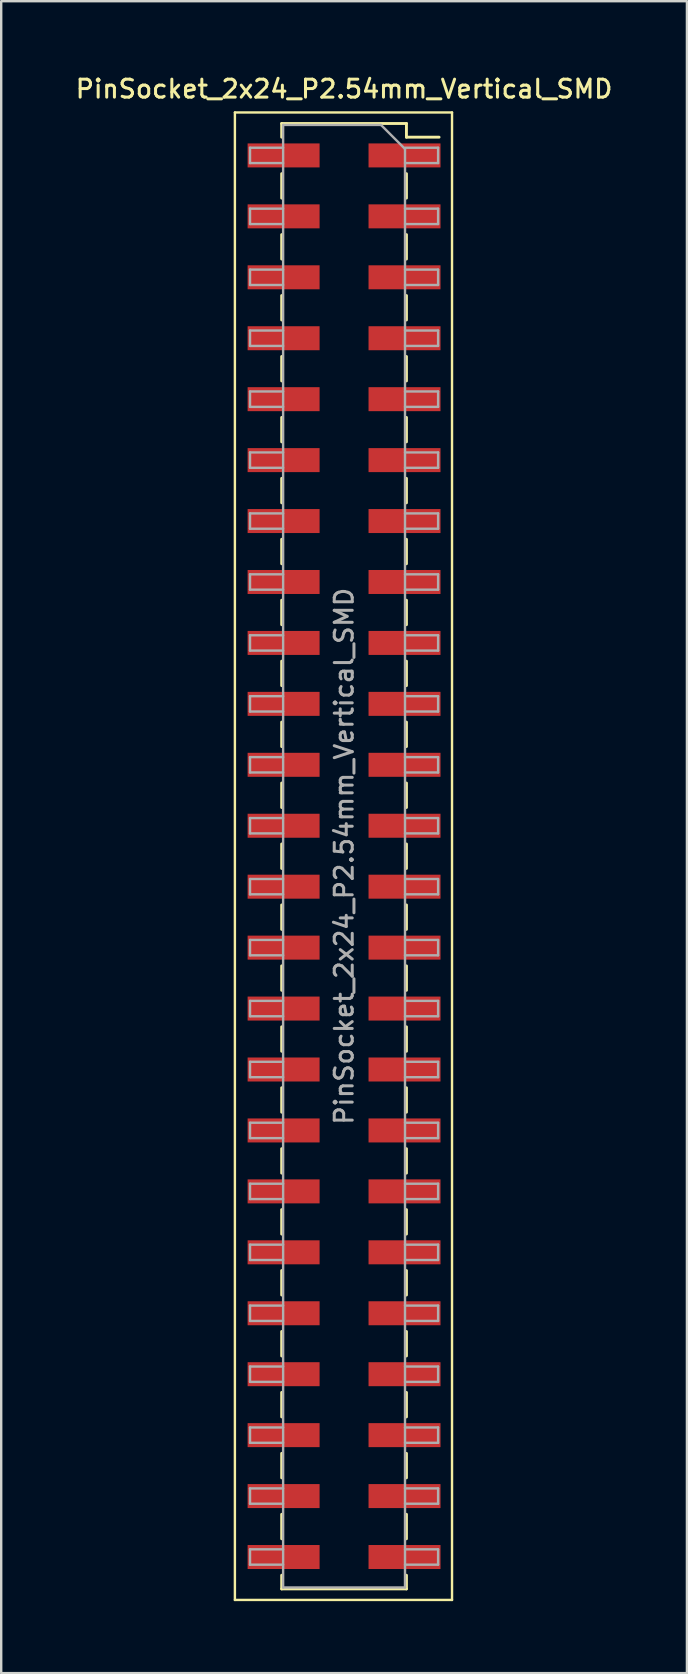
<source format=kicad_pcb>
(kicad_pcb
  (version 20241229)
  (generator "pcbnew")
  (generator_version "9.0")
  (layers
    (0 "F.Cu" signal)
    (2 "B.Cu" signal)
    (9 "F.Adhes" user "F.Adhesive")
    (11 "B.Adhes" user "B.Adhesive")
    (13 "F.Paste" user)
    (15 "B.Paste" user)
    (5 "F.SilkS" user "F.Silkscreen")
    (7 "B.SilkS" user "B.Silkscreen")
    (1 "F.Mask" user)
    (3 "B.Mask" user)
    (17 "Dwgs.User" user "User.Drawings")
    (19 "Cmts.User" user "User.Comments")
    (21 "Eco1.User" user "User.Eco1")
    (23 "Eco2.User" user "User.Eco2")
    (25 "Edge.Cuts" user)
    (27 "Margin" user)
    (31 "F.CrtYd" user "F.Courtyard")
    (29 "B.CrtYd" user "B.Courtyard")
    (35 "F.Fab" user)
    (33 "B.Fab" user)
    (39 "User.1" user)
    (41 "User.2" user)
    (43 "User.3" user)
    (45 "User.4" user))
  (footprint "PinSocket_2x24_P2.54mm_Vertical_SMD"
    (layer "F.Cu")
    (at 11.291 32.638)
    (property "Reference" "PinSocket_2x24_P2.54mm_Vertical_SMD" (at 0 -31.98 0) (layer "F.SilkS") (effects (font (size 0.75 0.75) (thickness 0.125))))
    (attr smd)
    (fp_line (start -4.55 -31) (end 4.5 -31) (stroke (width 0.1) (type solid)) (layer "F.SilkS"))
    (fp_line (start -4.55 31) (end -4.55 -31) (stroke (width 0.1) (type solid)) (layer "F.SilkS"))
    (fp_line (start -2.6 -30.54) (end -2.6 -29.97) (stroke (width 0.12) (type solid)) (layer "F.SilkS"))
    (fp_line (start -2.6 -30.54) (end 2.6 -30.54) (stroke (width 0.12) (type solid)) (layer "F.SilkS"))
    (fp_line (start -2.6 -28.45) (end -2.6 -27.43) (stroke (width 0.12) (type solid)) (layer "F.SilkS"))
    (fp_line (start -2.6 -25.91) (end -2.6 -24.89) (stroke (width 0.12) (type solid)) (layer "F.SilkS"))
    (fp_line (start -2.6 -23.37) (end -2.6 -22.35) (stroke (width 0.12) (type solid)) (layer "F.SilkS"))
    (fp_line (start -2.6 -20.83) (end -2.6 -19.81) (stroke (width 0.12) (type solid)) (layer "F.SilkS"))
    (fp_line (start -2.6 -18.29) (end -2.6 -17.27) (stroke (width 0.12) (type solid)) (layer "F.SilkS"))
    (fp_line (start -2.6 -15.75) (end -2.6 -14.73) (stroke (width 0.12) (type solid)) (layer "F.SilkS"))
    (fp_line (start -2.6 -13.21) (end -2.6 -12.19) (stroke (width 0.12) (type solid)) (layer "F.SilkS"))
    (fp_line (start -2.6 -10.67) (end -2.6 -9.65) (stroke (width 0.12) (type solid)) (layer "F.SilkS"))
    (fp_line (start -2.6 -8.13) (end -2.6 -7.11) (stroke (width 0.12) (type solid)) (layer "F.SilkS"))
    (fp_line (start -2.6 -5.59) (end -2.6 -4.57) (stroke (width 0.12) (type solid)) (layer "F.SilkS"))
    (fp_line (start -2.6 -3.05) (end -2.6 -2.03) (stroke (width 0.12) (type solid)) (layer "F.SilkS"))
    (fp_line (start -2.6 -0.51) (end -2.6 0.51) (stroke (width 0.12) (type solid)) (layer "F.SilkS"))
    (fp_line (start -2.6 2.03) (end -2.6 3.05) (stroke (width 0.12) (type solid)) (layer "F.SilkS"))
    (fp_line (start -2.6 4.57) (end -2.6 5.59) (stroke (width 0.12) (type solid)) (layer "F.SilkS"))
    (fp_line (start -2.6 7.11) (end -2.6 8.13) (stroke (width 0.12) (type solid)) (layer "F.SilkS"))
    (fp_line (start -2.6 9.65) (end -2.6 10.67) (stroke (width 0.12) (type solid)) (layer "F.SilkS"))
    (fp_line (start -2.6 12.19) (end -2.6 13.21) (stroke (width 0.12) (type solid)) (layer "F.SilkS"))
    (fp_line (start -2.6 14.73) (end -2.6 15.75) (stroke (width 0.12) (type solid)) (layer "F.SilkS"))
    (fp_line (start -2.6 17.27) (end -2.6 18.29) (stroke (width 0.12) (type solid)) (layer "F.SilkS"))
    (fp_line (start -2.6 19.81) (end -2.6 20.83) (stroke (width 0.12) (type solid)) (layer "F.SilkS"))
    (fp_line (start -2.6 22.35) (end -2.6 23.37) (stroke (width 0.12) (type solid)) (layer "F.SilkS"))
    (fp_line (start -2.6 24.89) (end -2.6 25.91) (stroke (width 0.12) (type solid)) (layer "F.SilkS"))
    (fp_line (start -2.6 27.43) (end -2.6 28.45) (stroke (width 0.12) (type solid)) (layer "F.SilkS"))
    (fp_line (start -2.6 29.97) (end -2.6 30.54) (stroke (width 0.12) (type solid)) (layer "F.SilkS"))
    (fp_line (start -2.6 30.54) (end 2.6 30.54) (stroke (width 0.12) (type solid)) (layer "F.SilkS"))
    (fp_line (start 2.6 -30.54) (end 2.6 -29.97) (stroke (width 0.12) (type solid)) (layer "F.SilkS"))
    (fp_line (start 2.6 -29.97) (end 3.96 -29.97) (stroke (width 0.12) (type solid)) (layer "F.SilkS"))
    (fp_line (start 2.6 -28.45) (end 2.6 -27.43) (stroke (width 0.12) (type solid)) (layer "F.SilkS"))
    (fp_line (start 2.6 -25.91) (end 2.6 -24.89) (stroke (width 0.12) (type solid)) (layer "F.SilkS"))
    (fp_line (start 2.6 -23.37) (end 2.6 -22.35) (stroke (width 0.12) (type solid)) (layer "F.SilkS"))
    (fp_line (start 2.6 -20.83) (end 2.6 -19.81) (stroke (width 0.12) (type solid)) (layer "F.SilkS"))
    (fp_line (start 2.6 -18.29) (end 2.6 -17.27) (stroke (width 0.12) (type solid)) (layer "F.SilkS"))
    (fp_line (start 2.6 -15.75) (end 2.6 -14.73) (stroke (width 0.12) (type solid)) (layer "F.SilkS"))
    (fp_line (start 2.6 -13.21) (end 2.6 -12.19) (stroke (width 0.12) (type solid)) (layer "F.SilkS"))
    (fp_line (start 2.6 -10.67) (end 2.6 -9.65) (stroke (width 0.12) (type solid)) (layer "F.SilkS"))
    (fp_line (start 2.6 -8.13) (end 2.6 -7.11) (stroke (width 0.12) (type solid)) (layer "F.SilkS"))
    (fp_line (start 2.6 -5.59) (end 2.6 -4.57) (stroke (width 0.12) (type solid)) (layer "F.SilkS"))
    (fp_line (start 2.6 -3.05) (end 2.6 -2.03) (stroke (width 0.12) (type solid)) (layer "F.SilkS"))
    (fp_line (start 2.6 -0.51) (end 2.6 0.51) (stroke (width 0.12) (type solid)) (layer "F.SilkS"))
    (fp_line (start 2.6 2.03) (end 2.6 3.05) (stroke (width 0.12) (type solid)) (layer "F.SilkS"))
    (fp_line (start 2.6 4.57) (end 2.6 5.59) (stroke (width 0.12) (type solid)) (layer "F.SilkS"))
    (fp_line (start 2.6 7.11) (end 2.6 8.13) (stroke (width 0.12) (type solid)) (layer "F.SilkS"))
    (fp_line (start 2.6 9.65) (end 2.6 10.67) (stroke (width 0.12) (type solid)) (layer "F.SilkS"))
    (fp_line (start 2.6 12.19) (end 2.6 13.21) (stroke (width 0.12) (type solid)) (layer "F.SilkS"))
    (fp_line (start 2.6 14.73) (end 2.6 15.75) (stroke (width 0.12) (type solid)) (layer "F.SilkS"))
    (fp_line (start 2.6 17.27) (end 2.6 18.29) (stroke (width 0.12) (type solid)) (layer "F.SilkS"))
    (fp_line (start 2.6 19.81) (end 2.6 20.83) (stroke (width 0.12) (type solid)) (layer "F.SilkS"))
    (fp_line (start 2.6 22.35) (end 2.6 23.37) (stroke (width 0.12) (type solid)) (layer "F.SilkS"))
    (fp_line (start 2.6 24.89) (end 2.6 25.91) (stroke (width 0.12) (type solid)) (layer "F.SilkS"))
    (fp_line (start 2.6 27.43) (end 2.6 28.45) (stroke (width 0.12) (type solid)) (layer "F.SilkS"))
    (fp_line (start 2.6 29.97) (end 2.6 30.54) (stroke (width 0.12) (type solid)) (layer "F.SilkS"))
    (fp_line (start 4.5 -31) (end 4.5 31) (stroke (width 0.1) (type solid)) (layer "F.SilkS"))
    (fp_line (start 4.5 31) (end -4.55 31) (stroke (width 0.1) (type solid)) (layer "F.SilkS"))
    (fp_line (start -3.92 -29.53) (end -2.54 -29.53) (stroke (width 0.1) (type solid)) (layer "F.Fab"))
    (fp_line (start -3.92 -28.89) (end -3.92 -29.53) (stroke (width 0.1) (type solid)) (layer "F.Fab"))
    (fp_line (start -3.92 -26.99) (end -2.54 -26.99) (stroke (width 0.1) (type solid)) (layer "F.Fab"))
    (fp_line (start -3.92 -26.35) (end -3.92 -26.99) (stroke (width 0.1) (type solid)) (layer "F.Fab"))
    (fp_line (start -3.92 -24.45) (end -2.54 -24.45) (stroke (width 0.1) (type solid)) (layer "F.Fab"))
    (fp_line (start -3.92 -23.81) (end -3.92 -24.45) (stroke (width 0.1) (type solid)) (layer "F.Fab"))
    (fp_line (start -3.92 -21.91) (end -2.54 -21.91) (stroke (width 0.1) (type solid)) (layer "F.Fab"))
    (fp_line (start -3.92 -21.27) (end -3.92 -21.91) (stroke (width 0.1) (type solid)) (layer "F.Fab"))
    (fp_line (start -3.92 -19.37) (end -2.54 -19.37) (stroke (width 0.1) (type solid)) (layer "F.Fab"))
    (fp_line (start -3.92 -18.73) (end -3.92 -19.37) (stroke (width 0.1) (type solid)) (layer "F.Fab"))
    (fp_line (start -3.92 -16.83) (end -2.54 -16.83) (stroke (width 0.1) (type solid)) (layer "F.Fab"))
    (fp_line (start -3.92 -16.19) (end -3.92 -16.83) (stroke (width 0.1) (type solid)) (layer "F.Fab"))
    (fp_line (start -3.92 -14.29) (end -2.54 -14.29) (stroke (width 0.1) (type solid)) (layer "F.Fab"))
    (fp_line (start -3.92 -13.65) (end -3.92 -14.29) (stroke (width 0.1) (type solid)) (layer "F.Fab"))
    (fp_line (start -3.92 -11.75) (end -2.54 -11.75) (stroke (width 0.1) (type solid)) (layer "F.Fab"))
    (fp_line (start -3.92 -11.11) (end -3.92 -11.75) (stroke (width 0.1) (type solid)) (layer "F.Fab"))
    (fp_line (start -3.92 -9.21) (end -2.54 -9.21) (stroke (width 0.1) (type solid)) (layer "F.Fab"))
    (fp_line (start -3.92 -8.57) (end -3.92 -9.21) (stroke (width 0.1) (type solid)) (layer "F.Fab"))
    (fp_line (start -3.92 -6.67) (end -2.54 -6.67) (stroke (width 0.1) (type solid)) (layer "F.Fab"))
    (fp_line (start -3.92 -6.03) (end -3.92 -6.67) (stroke (width 0.1) (type solid)) (layer "F.Fab"))
    (fp_line (start -3.92 -4.13) (end -2.54 -4.13) (stroke (width 0.1) (type solid)) (layer "F.Fab"))
    (fp_line (start -3.92 -3.49) (end -3.92 -4.13) (stroke (width 0.1) (type solid)) (layer "F.Fab"))
    (fp_line (start -3.92 -1.59) (end -2.54 -1.59) (stroke (width 0.1) (type solid)) (layer "F.Fab"))
    (fp_line (start -3.92 -0.95) (end -3.92 -1.59) (stroke (width 0.1) (type solid)) (layer "F.Fab"))
    (fp_line (start -3.92 0.95) (end -2.54 0.95) (stroke (width 0.1) (type solid)) (layer "F.Fab"))
    (fp_line (start -3.92 1.59) (end -3.92 0.95) (stroke (width 0.1) (type solid)) (layer "F.Fab"))
    (fp_line (start -3.92 3.49) (end -2.54 3.49) (stroke (width 0.1) (type solid)) (layer "F.Fab"))
    (fp_line (start -3.92 4.13) (end -3.92 3.49) (stroke (width 0.1) (type solid)) (layer "F.Fab"))
    (fp_line (start -3.92 6.03) (end -2.54 6.03) (stroke (width 0.1) (type solid)) (layer "F.Fab"))
    (fp_line (start -3.92 6.67) (end -3.92 6.03) (stroke (width 0.1) (type solid)) (layer "F.Fab"))
    (fp_line (start -3.92 8.57) (end -2.54 8.57) (stroke (width 0.1) (type solid)) (layer "F.Fab"))
    (fp_line (start -3.92 9.21) (end -3.92 8.57) (stroke (width 0.1) (type solid)) (layer "F.Fab"))
    (fp_line (start -3.92 11.11) (end -2.54 11.11) (stroke (width 0.1) (type solid)) (layer "F.Fab"))
    (fp_line (start -3.92 11.75) (end -3.92 11.11) (stroke (width 0.1) (type solid)) (layer "F.Fab"))
    (fp_line (start -3.92 13.65) (end -2.54 13.65) (stroke (width 0.1) (type solid)) (layer "F.Fab"))
    (fp_line (start -3.92 14.29) (end -3.92 13.65) (stroke (width 0.1) (type solid)) (layer "F.Fab"))
    (fp_line (start -3.92 16.19) (end -2.54 16.19) (stroke (width 0.1) (type solid)) (layer "F.Fab"))
    (fp_line (start -3.92 16.83) (end -3.92 16.19) (stroke (width 0.1) (type solid)) (layer "F.Fab"))
    (fp_line (start -3.92 18.73) (end -2.54 18.73) (stroke (width 0.1) (type solid)) (layer "F.Fab"))
    (fp_line (start -3.92 19.37) (end -3.92 18.73) (stroke (width 0.1) (type solid)) (layer "F.Fab"))
    (fp_line (start -3.92 21.27) (end -2.54 21.27) (stroke (width 0.1) (type solid)) (layer "F.Fab"))
    (fp_line (start -3.92 21.91) (end -3.92 21.27) (stroke (width 0.1) (type solid)) (layer "F.Fab"))
    (fp_line (start -3.92 23.81) (end -2.54 23.81) (stroke (width 0.1) (type solid)) (layer "F.Fab"))
    (fp_line (start -3.92 24.45) (end -3.92 23.81) (stroke (width 0.1) (type solid)) (layer "F.Fab"))
    (fp_line (start -3.92 26.35) (end -2.54 26.35) (stroke (width 0.1) (type solid)) (layer "F.Fab"))
    (fp_line (start -3.92 26.99) (end -3.92 26.35) (stroke (width 0.1) (type solid)) (layer "F.Fab"))
    (fp_line (start -3.92 28.89) (end -2.54 28.89) (stroke (width 0.1) (type solid)) (layer "F.Fab"))
    (fp_line (start -3.92 29.53) (end -3.92 28.89) (stroke (width 0.1) (type solid)) (layer "F.Fab"))
    (fp_line (start -2.54 -30.48) (end 1.54 -30.48) (stroke (width 0.1) (type solid)) (layer "F.Fab"))
    (fp_line (start -2.54 -28.89) (end -3.92 -28.89) (stroke (width 0.1) (type solid)) (layer "F.Fab"))
    (fp_line (start -2.54 -26.35) (end -3.92 -26.35) (stroke (width 0.1) (type solid)) (layer "F.Fab"))
    (fp_line (start -2.54 -23.81) (end -3.92 -23.81) (stroke (width 0.1) (type solid)) (layer "F.Fab"))
    (fp_line (start -2.54 -21.27) (end -3.92 -21.27) (stroke (width 0.1) (type solid)) (layer "F.Fab"))
    (fp_line (start -2.54 -18.73) (end -3.92 -18.73) (stroke (width 0.1) (type solid)) (layer "F.Fab"))
    (fp_line (start -2.54 -16.19) (end -3.92 -16.19) (stroke (width 0.1) (type solid)) (layer "F.Fab"))
    (fp_line (start -2.54 -13.65) (end -3.92 -13.65) (stroke (width 0.1) (type solid)) (layer "F.Fab"))
    (fp_line (start -2.54 -11.11) (end -3.92 -11.11) (stroke (width 0.1) (type solid)) (layer "F.Fab"))
    (fp_line (start -2.54 -8.57) (end -3.92 -8.57) (stroke (width 0.1) (type solid)) (layer "F.Fab"))
    (fp_line (start -2.54 -6.03) (end -3.92 -6.03) (stroke (width 0.1) (type solid)) (layer "F.Fab"))
    (fp_line (start -2.54 -3.49) (end -3.92 -3.49) (stroke (width 0.1) (type solid)) (layer "F.Fab"))
    (fp_line (start -2.54 -0.95) (end -3.92 -0.95) (stroke (width 0.1) (type solid)) (layer "F.Fab"))
    (fp_line (start -2.54 1.59) (end -3.92 1.59) (stroke (width 0.1) (type solid)) (layer "F.Fab"))
    (fp_line (start -2.54 4.13) (end -3.92 4.13) (stroke (width 0.1) (type solid)) (layer "F.Fab"))
    (fp_line (start -2.54 6.67) (end -3.92 6.67) (stroke (width 0.1) (type solid)) (layer "F.Fab"))
    (fp_line (start -2.54 9.21) (end -3.92 9.21) (stroke (width 0.1) (type solid)) (layer "F.Fab"))
    (fp_line (start -2.54 11.75) (end -3.92 11.75) (stroke (width 0.1) (type solid)) (layer "F.Fab"))
    (fp_line (start -2.54 14.29) (end -3.92 14.29) (stroke (width 0.1) (type solid)) (layer "F.Fab"))
    (fp_line (start -2.54 16.83) (end -3.92 16.83) (stroke (width 0.1) (type solid)) (layer "F.Fab"))
    (fp_line (start -2.54 19.37) (end -3.92 19.37) (stroke (width 0.1) (type solid)) (layer "F.Fab"))
    (fp_line (start -2.54 21.91) (end -3.92 21.91) (stroke (width 0.1) (type solid)) (layer "F.Fab"))
    (fp_line (start -2.54 24.45) (end -3.92 24.45) (stroke (width 0.1) (type solid)) (layer "F.Fab"))
    (fp_line (start -2.54 26.99) (end -3.92 26.99) (stroke (width 0.1) (type solid)) (layer "F.Fab"))
    (fp_line (start -2.54 29.53) (end -3.92 29.53) (stroke (width 0.1) (type solid)) (layer "F.Fab"))
    (fp_line (start -2.54 30.48) (end -2.54 -30.48) (stroke (width 0.1) (type solid)) (layer "F.Fab"))
    (fp_line (start 1.54 -30.48) (end 2.54 -29.48) (stroke (width 0.1) (type solid)) (layer "F.Fab"))
    (fp_line (start 2.54 -29.53) (end 3.92 -29.53) (stroke (width 0.1) (type solid)) (layer "F.Fab"))
    (fp_line (start 2.54 -29.48) (end 2.54 30.48) (stroke (width 0.1) (type solid)) (layer "F.Fab"))
    (fp_line (start 2.54 -26.99) (end 3.92 -26.99) (stroke (width 0.1) (type solid)) (layer "F.Fab"))
    (fp_line (start 2.54 -24.45) (end 3.92 -24.45) (stroke (width 0.1) (type solid)) (layer "F.Fab"))
    (fp_line (start 2.54 -21.91) (end 3.92 -21.91) (stroke (width 0.1) (type solid)) (layer "F.Fab"))
    (fp_line (start 2.54 -19.37) (end 3.92 -19.37) (stroke (width 0.1) (type solid)) (layer "F.Fab"))
    (fp_line (start 2.54 -16.83) (end 3.92 -16.83) (stroke (width 0.1) (type solid)) (layer "F.Fab"))
    (fp_line (start 2.54 -14.29) (end 3.92 -14.29) (stroke (width 0.1) (type solid)) (layer "F.Fab"))
    (fp_line (start 2.54 -11.75) (end 3.92 -11.75) (stroke (width 0.1) (type solid)) (layer "F.Fab"))
    (fp_line (start 2.54 -9.21) (end 3.92 -9.21) (stroke (width 0.1) (type solid)) (layer "F.Fab"))
    (fp_line (start 2.54 -6.67) (end 3.92 -6.67) (stroke (width 0.1) (type solid)) (layer "F.Fab"))
    (fp_line (start 2.54 -4.13) (end 3.92 -4.13) (stroke (width 0.1) (type solid)) (layer "F.Fab"))
    (fp_line (start 2.54 -1.59) (end 3.92 -1.59) (stroke (width 0.1) (type solid)) (layer "F.Fab"))
    (fp_line (start 2.54 0.95) (end 3.92 0.95) (stroke (width 0.1) (type solid)) (layer "F.Fab"))
    (fp_line (start 2.54 3.49) (end 3.92 3.49) (stroke (width 0.1) (type solid)) (layer "F.Fab"))
    (fp_line (start 2.54 6.03) (end 3.92 6.03) (stroke (width 0.1) (type solid)) (layer "F.Fab"))
    (fp_line (start 2.54 8.57) (end 3.92 8.57) (stroke (width 0.1) (type solid)) (layer "F.Fab"))
    (fp_line (start 2.54 11.11) (end 3.92 11.11) (stroke (width 0.1) (type solid)) (layer "F.Fab"))
    (fp_line (start 2.54 13.65) (end 3.92 13.65) (stroke (width 0.1) (type solid)) (layer "F.Fab"))
    (fp_line (start 2.54 16.19) (end 3.92 16.19) (stroke (width 0.1) (type solid)) (layer "F.Fab"))
    (fp_line (start 2.54 18.73) (end 3.92 18.73) (stroke (width 0.1) (type solid)) (layer "F.Fab"))
    (fp_line (start 2.54 21.27) (end 3.92 21.27) (stroke (width 0.1) (type solid)) (layer "F.Fab"))
    (fp_line (start 2.54 23.81) (end 3.92 23.81) (stroke (width 0.1) (type solid)) (layer "F.Fab"))
    (fp_line (start 2.54 26.35) (end 3.92 26.35) (stroke (width 0.1) (type solid)) (layer "F.Fab"))
    (fp_line (start 2.54 28.89) (end 3.92 28.89) (stroke (width 0.1) (type solid)) (layer "F.Fab"))
    (fp_line (start 2.54 30.48) (end -2.54 30.48) (stroke (width 0.1) (type solid)) (layer "F.Fab"))
    (fp_line (start 3.92 -29.53) (end 3.92 -28.89) (stroke (width 0.1) (type solid)) (layer "F.Fab"))
    (fp_line (start 3.92 -28.89) (end 2.54 -28.89) (stroke (width 0.1) (type solid)) (layer "F.Fab"))
    (fp_line (start 3.92 -26.99) (end 3.92 -26.35) (stroke (width 0.1) (type solid)) (layer "F.Fab"))
    (fp_line (start 3.92 -26.35) (end 2.54 -26.35) (stroke (width 0.1) (type solid)) (layer "F.Fab"))
    (fp_line (start 3.92 -24.45) (end 3.92 -23.81) (stroke (width 0.1) (type solid)) (layer "F.Fab"))
    (fp_line (start 3.92 -23.81) (end 2.54 -23.81) (stroke (width 0.1) (type solid)) (layer "F.Fab"))
    (fp_line (start 3.92 -21.91) (end 3.92 -21.27) (stroke (width 0.1) (type solid)) (layer "F.Fab"))
    (fp_line (start 3.92 -21.27) (end 2.54 -21.27) (stroke (width 0.1) (type solid)) (layer "F.Fab"))
    (fp_line (start 3.92 -19.37) (end 3.92 -18.73) (stroke (width 0.1) (type solid)) (layer "F.Fab"))
    (fp_line (start 3.92 -18.73) (end 2.54 -18.73) (stroke (width 0.1) (type solid)) (layer "F.Fab"))
    (fp_line (start 3.92 -16.83) (end 3.92 -16.19) (stroke (width 0.1) (type solid)) (layer "F.Fab"))
    (fp_line (start 3.92 -16.19) (end 2.54 -16.19) (stroke (width 0.1) (type solid)) (layer "F.Fab"))
    (fp_line (start 3.92 -14.29) (end 3.92 -13.65) (stroke (width 0.1) (type solid)) (layer "F.Fab"))
    (fp_line (start 3.92 -13.65) (end 2.54 -13.65) (stroke (width 0.1) (type solid)) (layer "F.Fab"))
    (fp_line (start 3.92 -11.75) (end 3.92 -11.11) (stroke (width 0.1) (type solid)) (layer "F.Fab"))
    (fp_line (start 3.92 -11.11) (end 2.54 -11.11) (stroke (width 0.1) (type solid)) (layer "F.Fab"))
    (fp_line (start 3.92 -9.21) (end 3.92 -8.57) (stroke (width 0.1) (type solid)) (layer "F.Fab"))
    (fp_line (start 3.92 -8.57) (end 2.54 -8.57) (stroke (width 0.1) (type solid)) (layer "F.Fab"))
    (fp_line (start 3.92 -6.67) (end 3.92 -6.03) (stroke (width 0.1) (type solid)) (layer "F.Fab"))
    (fp_line (start 3.92 -6.03) (end 2.54 -6.03) (stroke (width 0.1) (type solid)) (layer "F.Fab"))
    (fp_line (start 3.92 -4.13) (end 3.92 -3.49) (stroke (width 0.1) (type solid)) (layer "F.Fab"))
    (fp_line (start 3.92 -3.49) (end 2.54 -3.49) (stroke (width 0.1) (type solid)) (layer "F.Fab"))
    (fp_line (start 3.92 -1.59) (end 3.92 -0.95) (stroke (width 0.1) (type solid)) (layer "F.Fab"))
    (fp_line (start 3.92 -0.95) (end 2.54 -0.95) (stroke (width 0.1) (type solid)) (layer "F.Fab"))
    (fp_line (start 3.92 0.95) (end 3.92 1.59) (stroke (width 0.1) (type solid)) (layer "F.Fab"))
    (fp_line (start 3.92 1.59) (end 2.54 1.59) (stroke (width 0.1) (type solid)) (layer "F.Fab"))
    (fp_line (start 3.92 3.49) (end 3.92 4.13) (stroke (width 0.1) (type solid)) (layer "F.Fab"))
    (fp_line (start 3.92 4.13) (end 2.54 4.13) (stroke (width 0.1) (type solid)) (layer "F.Fab"))
    (fp_line (start 3.92 6.03) (end 3.92 6.67) (stroke (width 0.1) (type solid)) (layer "F.Fab"))
    (fp_line (start 3.92 6.67) (end 2.54 6.67) (stroke (width 0.1) (type solid)) (layer "F.Fab"))
    (fp_line (start 3.92 8.57) (end 3.92 9.21) (stroke (width 0.1) (type solid)) (layer "F.Fab"))
    (fp_line (start 3.92 9.21) (end 2.54 9.21) (stroke (width 0.1) (type solid)) (layer "F.Fab"))
    (fp_line (start 3.92 11.11) (end 3.92 11.75) (stroke (width 0.1) (type solid)) (layer "F.Fab"))
    (fp_line (start 3.92 11.75) (end 2.54 11.75) (stroke (width 0.1) (type solid)) (layer "F.Fab"))
    (fp_line (start 3.92 13.65) (end 3.92 14.29) (stroke (width 0.1) (type solid)) (layer "F.Fab"))
    (fp_line (start 3.92 14.29) (end 2.54 14.29) (stroke (width 0.1) (type solid)) (layer "F.Fab"))
    (fp_line (start 3.92 16.19) (end 3.92 16.83) (stroke (width 0.1) (type solid)) (layer "F.Fab"))
    (fp_line (start 3.92 16.83) (end 2.54 16.83) (stroke (width 0.1) (type solid)) (layer "F.Fab"))
    (fp_line (start 3.92 18.73) (end 3.92 19.37) (stroke (width 0.1) (type solid)) (layer "F.Fab"))
    (fp_line (start 3.92 19.37) (end 2.54 19.37) (stroke (width 0.1) (type solid)) (layer "F.Fab"))
    (fp_line (start 3.92 21.27) (end 3.92 21.91) (stroke (width 0.1) (type solid)) (layer "F.Fab"))
    (fp_line (start 3.92 21.91) (end 2.54 21.91) (stroke (width 0.1) (type solid)) (layer "F.Fab"))
    (fp_line (start 3.92 23.81) (end 3.92 24.45) (stroke (width 0.1) (type solid)) (layer "F.Fab"))
    (fp_line (start 3.92 24.45) (end 2.54 24.45) (stroke (width 0.1) (type solid)) (layer "F.Fab"))
    (fp_line (start 3.92 26.35) (end 3.92 26.99) (stroke (width 0.1) (type solid)) (layer "F.Fab"))
    (fp_line (start 3.92 26.99) (end 2.54 26.99) (stroke (width 0.1) (type solid)) (layer "F.Fab"))
    (fp_line (start 3.92 28.89) (end 3.92 29.53) (stroke (width 0.1) (type solid)) (layer "F.Fab"))
    (fp_line (start 3.92 29.53) (end 2.54 29.53) (stroke (width 0.1) (type solid)) (layer "F.Fab"))
    (fp_text user "${REFERENCE}" (at 0 0 90) (layer "F.Fab") (effects (font (size 0.75 0.75) (thickness 0.125))))
    (pad "1" smd rect (at 2.52 -29.21) (size 3 1) (layers "F.Cu" "F.Mask" "F.Paste"))
    (pad "2" smd rect (at -2.52 -29.21) (size 3 1) (layers "F.Cu" "F.Mask" "F.Paste"))
    (pad "3" smd rect (at 2.52 -26.67) (size 3 1) (layers "F.Cu" "F.Mask" "F.Paste"))
    (pad "4" smd rect (at -2.52 -26.67) (size 3 1) (layers "F.Cu" "F.Mask" "F.Paste"))
    (pad "5" smd rect (at 2.52 -24.13) (size 3 1) (layers "F.Cu" "F.Mask" "F.Paste"))
    (pad "6" smd rect (at -2.52 -24.13) (size 3 1) (layers "F.Cu" "F.Mask" "F.Paste"))
    (pad "7" smd rect (at 2.52 -21.59) (size 3 1) (layers "F.Cu" "F.Mask" "F.Paste"))
    (pad "8" smd rect (at -2.52 -21.59) (size 3 1) (layers "F.Cu" "F.Mask" "F.Paste"))
    (pad "9" smd rect (at 2.52 -19.05) (size 3 1) (layers "F.Cu" "F.Mask" "F.Paste"))
    (pad "10" smd rect (at -2.52 -19.05) (size 3 1) (layers "F.Cu" "F.Mask" "F.Paste"))
    (pad "11" smd rect (at 2.52 -16.51) (size 3 1) (layers "F.Cu" "F.Mask" "F.Paste"))
    (pad "12" smd rect (at -2.52 -16.51) (size 3 1) (layers "F.Cu" "F.Mask" "F.Paste"))
    (pad "13" smd rect (at 2.52 -13.97) (size 3 1) (layers "F.Cu" "F.Mask" "F.Paste"))
    (pad "14" smd rect (at -2.52 -13.97) (size 3 1) (layers "F.Cu" "F.Mask" "F.Paste"))
    (pad "15" smd rect (at 2.52 -11.43) (size 3 1) (layers "F.Cu" "F.Mask" "F.Paste"))
    (pad "16" smd rect (at -2.52 -11.43) (size 3 1) (layers "F.Cu" "F.Mask" "F.Paste"))
    (pad "17" smd rect (at 2.52 -8.89) (size 3 1) (layers "F.Cu" "F.Mask" "F.Paste"))
    (pad "18" smd rect (at -2.52 -8.89) (size 3 1) (layers "F.Cu" "F.Mask" "F.Paste"))
    (pad "19" smd rect (at 2.52 -6.35) (size 3 1) (layers "F.Cu" "F.Mask" "F.Paste"))
    (pad "20" smd rect (at -2.52 -6.35) (size 3 1) (layers "F.Cu" "F.Mask" "F.Paste"))
    (pad "21" smd rect (at 2.52 -3.81) (size 3 1) (layers "F.Cu" "F.Mask" "F.Paste"))
    (pad "22" smd rect (at -2.52 -3.81) (size 3 1) (layers "F.Cu" "F.Mask" "F.Paste"))
    (pad "23" smd rect (at 2.52 -1.27) (size 3 1) (layers "F.Cu" "F.Mask" "F.Paste"))
    (pad "24" smd rect (at -2.52 -1.27) (size 3 1) (layers "F.Cu" "F.Mask" "F.Paste"))
    (pad "25" smd rect (at 2.52 1.27) (size 3 1) (layers "F.Cu" "F.Mask" "F.Paste"))
    (pad "26" smd rect (at -2.52 1.27) (size 3 1) (layers "F.Cu" "F.Mask" "F.Paste"))
    (pad "27" smd rect (at 2.52 3.81) (size 3 1) (layers "F.Cu" "F.Mask" "F.Paste"))
    (pad "28" smd rect (at -2.52 3.81) (size 3 1) (layers "F.Cu" "F.Mask" "F.Paste"))
    (pad "29" smd rect (at 2.52 6.35) (size 3 1) (layers "F.Cu" "F.Mask" "F.Paste"))
    (pad "30" smd rect (at -2.52 6.35) (size 3 1) (layers "F.Cu" "F.Mask" "F.Paste"))
    (pad "31" smd rect (at 2.52 8.89) (size 3 1) (layers "F.Cu" "F.Mask" "F.Paste"))
    (pad "32" smd rect (at -2.52 8.89) (size 3 1) (layers "F.Cu" "F.Mask" "F.Paste"))
    (pad "33" smd rect (at 2.52 11.43) (size 3 1) (layers "F.Cu" "F.Mask" "F.Paste"))
    (pad "34" smd rect (at -2.52 11.43) (size 3 1) (layers "F.Cu" "F.Mask" "F.Paste"))
    (pad "35" smd rect (at 2.52 13.97) (size 3 1) (layers "F.Cu" "F.Mask" "F.Paste"))
    (pad "36" smd rect (at -2.52 13.97) (size 3 1) (layers "F.Cu" "F.Mask" "F.Paste"))
    (pad "37" smd rect (at 2.52 16.51) (size 3 1) (layers "F.Cu" "F.Mask" "F.Paste"))
    (pad "38" smd rect (at -2.52 16.51) (size 3 1) (layers "F.Cu" "F.Mask" "F.Paste"))
    (pad "39" smd rect (at 2.52 19.05) (size 3 1) (layers "F.Cu" "F.Mask" "F.Paste"))
    (pad "40" smd rect (at -2.52 19.05) (size 3 1) (layers "F.Cu" "F.Mask" "F.Paste"))
    (pad "41" smd rect (at 2.52 21.59) (size 3 1) (layers "F.Cu" "F.Mask" "F.Paste"))
    (pad "42" smd rect (at -2.52 21.59) (size 3 1) (layers "F.Cu" "F.Mask" "F.Paste"))
    (pad "43" smd rect (at 2.52 24.13) (size 3 1) (layers "F.Cu" "F.Mask" "F.Paste"))
    (pad "44" smd rect (at -2.52 24.13) (size 3 1) (layers "F.Cu" "F.Mask" "F.Paste"))
    (pad "45" smd rect (at 2.52 26.67) (size 3 1) (layers "F.Cu" "F.Mask" "F.Paste"))
    (pad "46" smd rect (at -2.52 26.67) (size 3 1) (layers "F.Cu" "F.Mask" "F.Paste"))
    (pad "47" smd rect (at 2.52 29.21) (size 3 1) (layers "F.Cu" "F.Mask" "F.Paste"))
    (pad "48" smd rect (at -2.52 29.21) (size 3 1) (layers "F.Cu" "F.Mask" "F.Paste")))
  (gr_rect
    (start -3 -3)
    (end 25.582 66.688)
    (stroke (width 0.1) (type default))
    (fill no)
    (layer "Edge.Cuts")))
</source>
